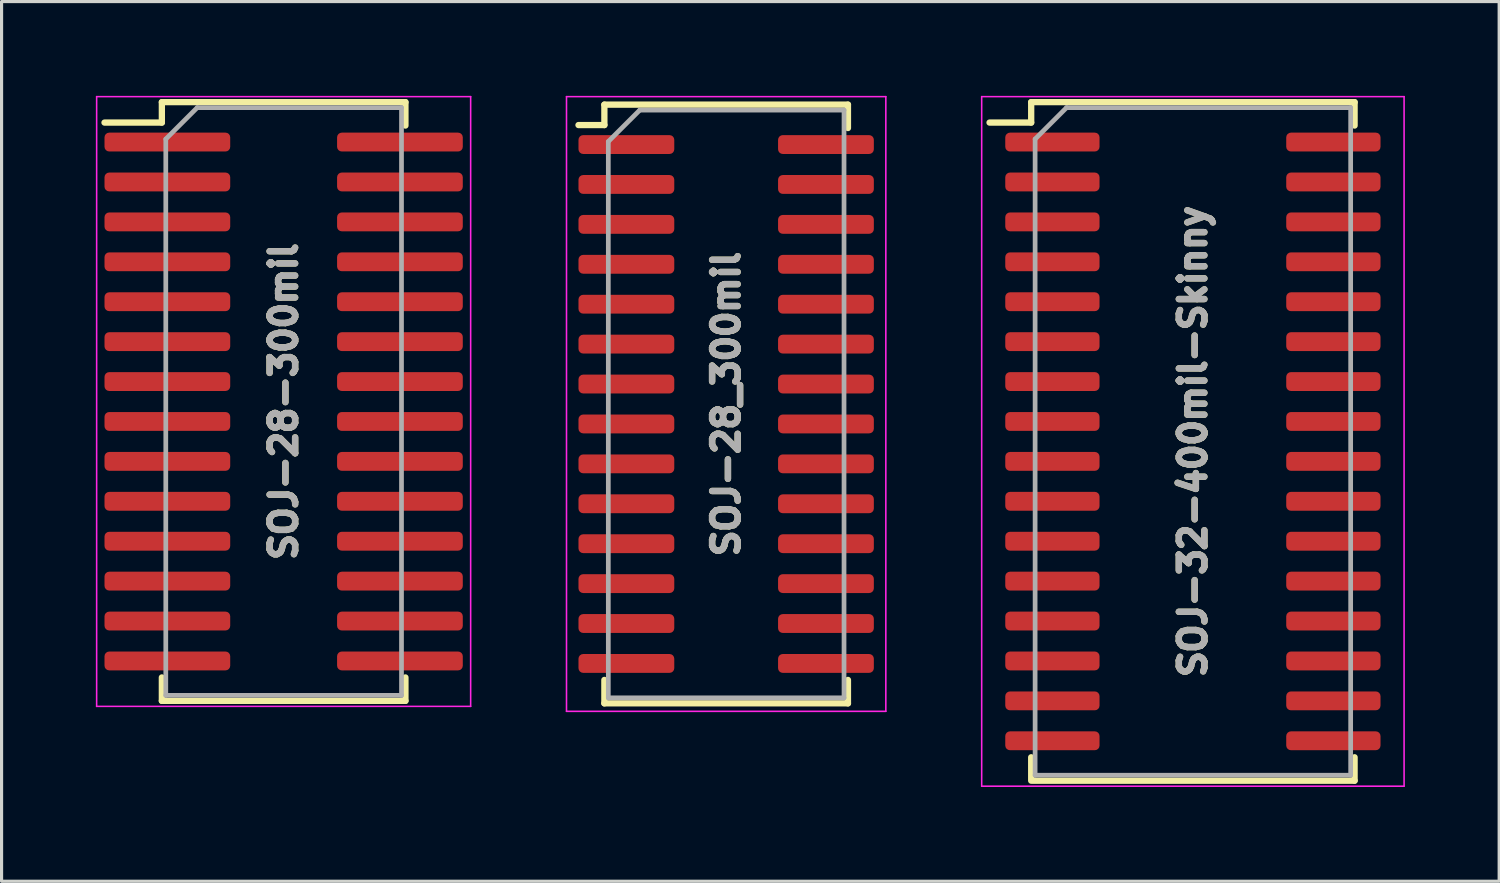
<source format=kicad_pcb>
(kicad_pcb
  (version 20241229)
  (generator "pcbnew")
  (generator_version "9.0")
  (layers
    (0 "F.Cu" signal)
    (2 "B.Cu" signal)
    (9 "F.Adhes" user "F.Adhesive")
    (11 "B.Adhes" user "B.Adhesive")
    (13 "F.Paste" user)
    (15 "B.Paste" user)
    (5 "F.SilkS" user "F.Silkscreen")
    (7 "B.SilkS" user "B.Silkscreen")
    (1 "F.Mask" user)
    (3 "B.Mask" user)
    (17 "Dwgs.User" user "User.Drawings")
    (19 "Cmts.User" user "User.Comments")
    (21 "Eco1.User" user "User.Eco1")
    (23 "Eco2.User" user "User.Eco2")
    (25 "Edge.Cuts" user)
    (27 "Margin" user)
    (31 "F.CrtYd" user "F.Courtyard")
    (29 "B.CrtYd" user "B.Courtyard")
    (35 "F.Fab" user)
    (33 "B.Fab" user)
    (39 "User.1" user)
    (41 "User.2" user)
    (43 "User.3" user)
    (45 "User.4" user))
  (footprint "SOJ-32-400mil-Skinny"
    (layer "F.Cu")
    (at 34.905 10.995)
    (property "Reference" "SOJ-32-400mil-Skinny" (at 0 0 90) (layer "F.Fab") (effects (font (size 0.813 0.813) (thickness 0.203))))
    (attr smd)
    (fp_line (start -5.145 -10.795) (end -5.145 -10.145) (stroke (width 0.2) (type solid)) (layer "F.SilkS"))
    (fp_line (start -5.145 -10.795) (end 5.145 -10.795) (stroke (width 0.2) (type solid)) (layer "F.SilkS"))
    (fp_line (start -5.145 -10.145) (end -6.47 -10.145) (stroke (width 0.2) (type solid)) (layer "F.SilkS"))
    (fp_line (start -5.145 10.795) (end -5.145 10.05) (stroke (width 0.2) (type solid)) (layer "F.SilkS"))
    (fp_line (start -5.08 10.795) (end 5.145 10.795) (stroke (width 0.2) (type solid)) (layer "F.SilkS"))
    (fp_line (start 5.145 -10.795) (end 5.145 -10.05) (stroke (width 0.2) (type solid)) (layer "F.SilkS"))
    (fp_line (start 5.145 10.795) (end 5.145 10.05) (stroke (width 0.2) (type solid)) (layer "F.SilkS"))
    (fp_line (start -6.72 -10.97) (end -6.72 10.97) (stroke (width 0.05) (type solid)) (layer "F.CrtYd"))
    (fp_line (start -6.72 -10.97) (end 6.72 -10.97) (stroke (width 0.05) (type solid)) (layer "F.CrtYd"))
    (fp_line (start -6.72 10.97) (end 6.72 10.97) (stroke (width 0.05) (type solid)) (layer "F.CrtYd"))
    (fp_line (start 6.72 -10.97) (end 6.72 10.97) (stroke (width 0.05) (type solid)) (layer "F.CrtYd"))
    (fp_line (start -5.02 -9.62) (end -5.02 10.62) (stroke (width 0.15) (type solid)) (layer "F.Fab"))
    (fp_line (start -5.02 -9.62) (end -4.02 -10.62) (stroke (width 0.15) (type solid)) (layer "F.Fab"))
    (fp_line (start -4.02 -10.62) (end 5.02 -10.62) (stroke (width 0.15) (type solid)) (layer "F.Fab"))
    (fp_line (start 5.02 -10.62) (end 5.02 10.62) (stroke (width 0.15) (type solid)) (layer "F.Fab"))
    (fp_line (start 5.02 10.62) (end -5.02 10.62) (stroke (width 0.15) (type solid)) (layer "F.Fab"))
    (fp_text user "${REFERENCE}" (at 0 0 90) (layer "F.SilkS") (effects (font (size 0.813 0.813) (thickness 0.203))))
    (pad "1" smd roundrect (at -4.47 -9.525) (size 3 0.6) (layers "F.Cu" "F.Mask" "F.Paste") (roundrect_rratio 0.25))
    (pad "2" smd roundrect (at -4.47 -8.255) (size 3 0.6) (layers "F.Cu" "F.Mask" "F.Paste") (roundrect_rratio 0.25))
    (pad "3" smd roundrect (at -4.47 -6.985) (size 3 0.6) (layers "F.Cu" "F.Mask" "F.Paste") (roundrect_rratio 0.25))
    (pad "4" smd roundrect (at -4.47 -5.715) (size 3 0.6) (layers "F.Cu" "F.Mask" "F.Paste") (roundrect_rratio 0.25))
    (pad "5" smd roundrect (at -4.47 -4.445) (size 3 0.6) (layers "F.Cu" "F.Mask" "F.Paste") (roundrect_rratio 0.25))
    (pad "6" smd roundrect (at -4.47 -3.175) (size 3 0.6) (layers "F.Cu" "F.Mask" "F.Paste") (roundrect_rratio 0.25))
    (pad "7" smd roundrect (at -4.47 -1.905) (size 3 0.6) (layers "F.Cu" "F.Mask" "F.Paste") (roundrect_rratio 0.25))
    (pad "8" smd roundrect (at -4.47 -0.635) (size 3 0.6) (layers "F.Cu" "F.Mask" "F.Paste") (roundrect_rratio 0.25))
    (pad "9" smd roundrect (at -4.47 0.635) (size 3 0.6) (layers "F.Cu" "F.Mask" "F.Paste") (roundrect_rratio 0.25))
    (pad "10" smd roundrect (at -4.47 1.905) (size 3 0.6) (layers "F.Cu" "F.Mask" "F.Paste") (roundrect_rratio 0.25))
    (pad "11" smd roundrect (at -4.47 3.175) (size 3 0.6) (layers "F.Cu" "F.Mask" "F.Paste") (roundrect_rratio 0.25))
    (pad "12" smd roundrect (at -4.47 4.445) (size 3 0.6) (layers "F.Cu" "F.Mask" "F.Paste") (roundrect_rratio 0.25))
    (pad "13" smd roundrect (at -4.47 5.715) (size 3 0.6) (layers "F.Cu" "F.Mask" "F.Paste") (roundrect_rratio 0.25))
    (pad "14" smd roundrect (at -4.47 6.985) (size 3 0.6) (layers "F.Cu" "F.Mask" "F.Paste") (roundrect_rratio 0.25))
    (pad "15" smd roundrect (at -4.47 8.255) (size 3 0.6) (layers "F.Cu" "F.Mask" "F.Paste") (roundrect_rratio 0.25))
    (pad "16" smd roundrect (at -4.47 9.525) (size 3 0.6) (layers "F.Cu" "F.Mask" "F.Paste") (roundrect_rratio 0.25))
    (pad "17" smd roundrect (at 4.47 9.525 180) (size 3 0.6) (layers "F.Cu" "F.Mask" "F.Paste") (roundrect_rratio 0.25))
    (pad "18" smd roundrect (at 4.47 8.255 180) (size 3 0.6) (layers "F.Cu" "F.Mask" "F.Paste") (roundrect_rratio 0.25))
    (pad "19" smd roundrect (at 4.47 6.985 180) (size 3 0.6) (layers "F.Cu" "F.Mask" "F.Paste") (roundrect_rratio 0.25))
    (pad "20" smd roundrect (at 4.47 5.715 180) (size 3 0.6) (layers "F.Cu" "F.Mask" "F.Paste") (roundrect_rratio 0.25))
    (pad "21" smd roundrect (at 4.47 4.445) (size 3 0.6) (layers "F.Cu" "F.Mask" "F.Paste") (roundrect_rratio 0.25))
    (pad "22" smd roundrect (at 4.47 3.175) (size 3 0.6) (layers "F.Cu" "F.Mask" "F.Paste") (roundrect_rratio 0.25))
    (pad "23" smd roundrect (at 4.47 1.905) (size 3 0.6) (layers "F.Cu" "F.Mask" "F.Paste") (roundrect_rratio 0.25))
    (pad "24" smd roundrect (at 4.47 0.635) (size 3 0.6) (layers "F.Cu" "F.Mask" "F.Paste") (roundrect_rratio 0.25))
    (pad "25" smd roundrect (at 4.47 -0.635) (size 3 0.6) (layers "F.Cu" "F.Mask" "F.Paste") (roundrect_rratio 0.25))
    (pad "26" smd roundrect (at 4.47 -1.905) (size 3 0.6) (layers "F.Cu" "F.Mask" "F.Paste") (roundrect_rratio 0.25))
    (pad "27" smd roundrect (at 4.47 -3.175) (size 3 0.6) (layers "F.Cu" "F.Mask" "F.Paste") (roundrect_rratio 0.25))
    (pad "28" smd roundrect (at 4.47 -4.445) (size 3 0.6) (layers "F.Cu" "F.Mask" "F.Paste") (roundrect_rratio 0.25))
    (pad "29" smd roundrect (at 4.47 -5.715) (size 3 0.6) (layers "F.Cu" "F.Mask" "F.Paste") (roundrect_rratio 0.25))
    (pad "30" smd roundrect (at 4.47 -6.985) (size 3 0.6) (layers "F.Cu" "F.Mask" "F.Paste") (roundrect_rratio 0.25))
    (pad "31" smd roundrect (at 4.47 -8.255) (size 3 0.6) (layers "F.Cu" "F.Mask" "F.Paste") (roundrect_rratio 0.25))
    (pad "32" smd roundrect (at 4.47 -9.525) (size 3 0.6) (layers "F.Cu" "F.Mask" "F.Paste") (roundrect_rratio 0.25)))
  (footprint "SOJ-28_300mil"
    (layer "F.Cu")
    (at 20.055 9.804)
    (property "Reference" "SOJ-28_300mil" (at 0 0 90) (layer "F.Fab") (effects (font (size 0.813 0.813) (thickness 0.203))))
    (attr smd)
    (fp_line (start -3.875 -9.525) (end -3.875 -8.875) (stroke (width 0.2) (type solid)) (layer "F.SilkS"))
    (fp_line (start -3.875 -9.525) (end 3.875 -9.525) (stroke (width 0.2) (type solid)) (layer "F.SilkS"))
    (fp_line (start -3.875 -8.875) (end -4.699 -8.875) (stroke (width 0.2) (type solid)) (layer "F.SilkS"))
    (fp_line (start -3.875 9.525) (end -3.875 8.78) (stroke (width 0.2) (type solid)) (layer "F.SilkS"))
    (fp_line (start -3.875 9.525) (end 3.875 9.525) (stroke (width 0.2) (type solid)) (layer "F.SilkS"))
    (fp_line (start 3.875 -9.525) (end 3.875 -8.78) (stroke (width 0.2) (type solid)) (layer "F.SilkS"))
    (fp_line (start 3.875 9.525) (end 3.875 8.78) (stroke (width 0.2) (type solid)) (layer "F.SilkS"))
    (fp_line (start -5.08 -9.779) (end -5.08 9.779) (stroke (width 0.05) (type solid)) (layer "F.CrtYd"))
    (fp_line (start -5.08 -9.779) (end 5.08 -9.779) (stroke (width 0.05) (type solid)) (layer "F.CrtYd"))
    (fp_line (start -5.08 9.779) (end 5.08 9.779) (stroke (width 0.05) (type solid)) (layer "F.CrtYd"))
    (fp_line (start 5.08 -9.779) (end 5.08 9.779) (stroke (width 0.05) (type solid)) (layer "F.CrtYd"))
    (fp_line (start -3.75 -8.35) (end -2.75 -9.35) (stroke (width 0.15) (type solid)) (layer "F.Fab"))
    (fp_line (start -3.75 9.35) (end -3.75 -8.35) (stroke (width 0.15) (type solid)) (layer "F.Fab"))
    (fp_line (start -2.75 -9.35) (end 3.75 -9.35) (stroke (width 0.15) (type solid)) (layer "F.Fab"))
    (fp_line (start 3.75 -9.35) (end 3.75 9.35) (stroke (width 0.15) (type solid)) (layer "F.Fab"))
    (fp_line (start 3.75 9.35) (end -3.75 9.35) (stroke (width 0.15) (type solid)) (layer "F.Fab"))
    (fp_text user "${REFERENCE}" (at 0 0 90) (layer "F.SilkS") (effects (font (size 0.813 0.813) (thickness 0.203))))
    (pad "1" smd roundrect (at -3.175 -8.255) (size 3.048 0.6) (layers "F.Cu" "F.Mask" "F.Paste") (roundrect_rratio 0.25))
    (pad "2" smd roundrect (at -3.175 -6.985) (size 3.048 0.6) (layers "F.Cu" "F.Mask" "F.Paste") (roundrect_rratio 0.25))
    (pad "3" smd roundrect (at -3.175 -5.715) (size 3.048 0.6) (layers "F.Cu" "F.Mask" "F.Paste") (roundrect_rratio 0.25))
    (pad "4" smd roundrect (at -3.175 -4.445) (size 3.048 0.6) (layers "F.Cu" "F.Mask" "F.Paste") (roundrect_rratio 0.25))
    (pad "5" smd roundrect (at -3.175 -3.175) (size 3.048 0.6) (layers "F.Cu" "F.Mask" "F.Paste") (roundrect_rratio 0.25))
    (pad "6" smd roundrect (at -3.175 -1.905) (size 3.048 0.6) (layers "F.Cu" "F.Mask" "F.Paste") (roundrect_rratio 0.25))
    (pad "7" smd roundrect (at -3.175 -0.635) (size 3.048 0.6) (layers "F.Cu" "F.Mask" "F.Paste") (roundrect_rratio 0.25))
    (pad "8" smd roundrect (at -3.175 0.635) (size 3.048 0.6) (layers "F.Cu" "F.Mask" "F.Paste") (roundrect_rratio 0.25))
    (pad "9" smd roundrect (at -3.175 1.905) (size 3.048 0.6) (layers "F.Cu" "F.Mask" "F.Paste") (roundrect_rratio 0.25))
    (pad "10" smd roundrect (at -3.175 3.175) (size 3.048 0.6) (layers "F.Cu" "F.Mask" "F.Paste") (roundrect_rratio 0.25))
    (pad "11" smd roundrect (at -3.175 4.445) (size 3.048 0.6) (layers "F.Cu" "F.Mask" "F.Paste") (roundrect_rratio 0.25))
    (pad "12" smd roundrect (at -3.175 5.715) (size 3.048 0.6) (layers "F.Cu" "F.Mask" "F.Paste") (roundrect_rratio 0.25))
    (pad "13" smd roundrect (at -3.175 6.985) (size 3.048 0.6) (layers "F.Cu" "F.Mask" "F.Paste") (roundrect_rratio 0.25))
    (pad "14" smd roundrect (at -3.175 8.255) (size 3.048 0.6) (layers "F.Cu" "F.Mask" "F.Paste") (roundrect_rratio 0.25))
    (pad "15" smd roundrect (at 3.175 8.255) (size 3.048 0.6) (layers "F.Cu" "F.Mask" "F.Paste") (roundrect_rratio 0.25))
    (pad "16" smd roundrect (at 3.175 6.985) (size 3.048 0.6) (layers "F.Cu" "F.Mask" "F.Paste") (roundrect_rratio 0.25))
    (pad "17" smd roundrect (at 3.175 5.715) (size 3.048 0.6) (layers "F.Cu" "F.Mask" "F.Paste") (roundrect_rratio 0.25))
    (pad "18" smd roundrect (at 3.175 4.445) (size 3.048 0.6) (layers "F.Cu" "F.Mask" "F.Paste") (roundrect_rratio 0.25))
    (pad "19" smd roundrect (at 3.175 3.175) (size 3.048 0.6) (layers "F.Cu" "F.Mask" "F.Paste") (roundrect_rratio 0.25))
    (pad "20" smd roundrect (at 3.175 1.905) (size 3.048 0.6) (layers "F.Cu" "F.Mask" "F.Paste") (roundrect_rratio 0.25))
    (pad "21" smd roundrect (at 3.175 0.635) (size 3.048 0.6) (layers "F.Cu" "F.Mask" "F.Paste") (roundrect_rratio 0.25))
    (pad "22" smd roundrect (at 3.175 -0.635) (size 3.048 0.6) (layers "F.Cu" "F.Mask" "F.Paste") (roundrect_rratio 0.25))
    (pad "23" smd roundrect (at 3.175 -1.905) (size 3.048 0.6) (layers "F.Cu" "F.Mask" "F.Paste") (roundrect_rratio 0.25))
    (pad "24" smd roundrect (at 3.175 -3.175) (size 3.048 0.6) (layers "F.Cu" "F.Mask" "F.Paste") (roundrect_rratio 0.25))
    (pad "25" smd roundrect (at 3.175 -4.445) (size 3.048 0.6) (layers "F.Cu" "F.Mask" "F.Paste") (roundrect_rratio 0.25))
    (pad "26" smd roundrect (at 3.175 -5.715) (size 3.048 0.6) (layers "F.Cu" "F.Mask" "F.Paste") (roundrect_rratio 0.25))
    (pad "27" smd roundrect (at 3.175 -6.985) (size 3.048 0.6) (layers "F.Cu" "F.Mask" "F.Paste") (roundrect_rratio 0.25))
    (pad "28" smd roundrect (at 3.175 -8.255) (size 3.048 0.6) (layers "F.Cu" "F.Mask" "F.Paste") (roundrect_rratio 0.25)))
  (footprint "SOJ-28-300mil"
    (layer "F.Cu")
    (at 5.975 9.725)
    (property "Reference" "SOJ-28-300mil" (at 0 0 90) (layer "F.Fab") (effects (font (size 0.813 0.813) (thickness 0.203))))
    (attr smd)
    (fp_line (start -3.875 -9.525) (end -3.875 -8.875) (stroke (width 0.2) (type solid)) (layer "F.SilkS"))
    (fp_line (start -3.875 -9.525) (end 3.875 -9.525) (stroke (width 0.2) (type solid)) (layer "F.SilkS"))
    (fp_line (start -3.875 -8.875) (end -5.7 -8.875) (stroke (width 0.2) (type solid)) (layer "F.SilkS"))
    (fp_line (start -3.875 9.525) (end -3.875 8.78) (stroke (width 0.2) (type solid)) (layer "F.SilkS"))
    (fp_line (start -3.875 9.525) (end 3.875 9.525) (stroke (width 0.2) (type solid)) (layer "F.SilkS"))
    (fp_line (start 3.875 -9.525) (end 3.875 -8.78) (stroke (width 0.2) (type solid)) (layer "F.SilkS"))
    (fp_line (start 3.875 9.525) (end 3.875 8.78) (stroke (width 0.2) (type solid)) (layer "F.SilkS"))
    (fp_line (start -5.95 -9.7) (end -5.95 9.7) (stroke (width 0.05) (type solid)) (layer "F.CrtYd"))
    (fp_line (start -5.95 -9.7) (end 5.95 -9.7) (stroke (width 0.05) (type solid)) (layer "F.CrtYd"))
    (fp_line (start -5.95 9.7) (end 5.95 9.7) (stroke (width 0.05) (type solid)) (layer "F.CrtYd"))
    (fp_line (start 5.95 -9.7) (end 5.95 9.7) (stroke (width 0.05) (type solid)) (layer "F.CrtYd"))
    (fp_line (start -3.75 -8.35) (end -2.75 -9.35) (stroke (width 0.15) (type solid)) (layer "F.Fab"))
    (fp_line (start -3.75 9.35) (end -3.75 -8.35) (stroke (width 0.15) (type solid)) (layer "F.Fab"))
    (fp_line (start -2.75 -9.35) (end 3.75 -9.35) (stroke (width 0.15) (type solid)) (layer "F.Fab"))
    (fp_line (start 3.75 -9.35) (end 3.75 9.35) (stroke (width 0.15) (type solid)) (layer "F.Fab"))
    (fp_line (start 3.75 9.35) (end -3.75 9.35) (stroke (width 0.15) (type solid)) (layer "F.Fab"))
    (fp_text user "${REFERENCE}" (at 0 0 90) (layer "F.SilkS") (effects (font (size 0.813 0.813) (thickness 0.203))))
    (pad "1" smd roundrect (at -3.7 -8.255) (size 4 0.6) (layers "F.Cu" "F.Mask" "F.Paste") (roundrect_rratio 0.25))
    (pad "2" smd roundrect (at -3.7 -6.985) (size 4 0.6) (layers "F.Cu" "F.Mask" "F.Paste") (roundrect_rratio 0.25))
    (pad "3" smd roundrect (at -3.7 -5.715) (size 4 0.6) (layers "F.Cu" "F.Mask" "F.Paste") (roundrect_rratio 0.25))
    (pad "4" smd roundrect (at -3.7 -4.445) (size 4 0.6) (layers "F.Cu" "F.Mask" "F.Paste") (roundrect_rratio 0.25))
    (pad "5" smd roundrect (at -3.7 -3.175) (size 4 0.6) (layers "F.Cu" "F.Mask" "F.Paste") (roundrect_rratio 0.25))
    (pad "6" smd roundrect (at -3.7 -1.905) (size 4 0.6) (layers "F.Cu" "F.Mask" "F.Paste") (roundrect_rratio 0.25))
    (pad "7" smd roundrect (at -3.7 -0.635) (size 4 0.6) (layers "F.Cu" "F.Mask" "F.Paste") (roundrect_rratio 0.25))
    (pad "8" smd roundrect (at -3.7 0.635) (size 4 0.6) (layers "F.Cu" "F.Mask" "F.Paste") (roundrect_rratio 0.25))
    (pad "9" smd roundrect (at -3.7 1.905) (size 4 0.6) (layers "F.Cu" "F.Mask" "F.Paste") (roundrect_rratio 0.25))
    (pad "10" smd roundrect (at -3.7 3.175) (size 4 0.6) (layers "F.Cu" "F.Mask" "F.Paste") (roundrect_rratio 0.25))
    (pad "11" smd roundrect (at -3.7 4.445) (size 4 0.6) (layers "F.Cu" "F.Mask" "F.Paste") (roundrect_rratio 0.25))
    (pad "12" smd roundrect (at -3.7 5.715) (size 4 0.6) (layers "F.Cu" "F.Mask" "F.Paste") (roundrect_rratio 0.25))
    (pad "13" smd roundrect (at -3.7 6.985) (size 4 0.6) (layers "F.Cu" "F.Mask" "F.Paste") (roundrect_rratio 0.25))
    (pad "14" smd roundrect (at -3.7 8.255) (size 4 0.6) (layers "F.Cu" "F.Mask" "F.Paste") (roundrect_rratio 0.25))
    (pad "15" smd roundrect (at 3.7 8.255) (size 4 0.6) (layers "F.Cu" "F.Mask" "F.Paste") (roundrect_rratio 0.25))
    (pad "16" smd roundrect (at 3.7 6.985) (size 4 0.6) (layers "F.Cu" "F.Mask" "F.Paste") (roundrect_rratio 0.25))
    (pad "17" smd roundrect (at 3.7 5.715) (size 4 0.6) (layers "F.Cu" "F.Mask" "F.Paste") (roundrect_rratio 0.25))
    (pad "18" smd roundrect (at 3.7 4.445) (size 4 0.6) (layers "F.Cu" "F.Mask" "F.Paste") (roundrect_rratio 0.25))
    (pad "19" smd roundrect (at 3.7 3.175) (size 4 0.6) (layers "F.Cu" "F.Mask" "F.Paste") (roundrect_rratio 0.25))
    (pad "20" smd roundrect (at 3.7 1.905) (size 4 0.6) (layers "F.Cu" "F.Mask" "F.Paste") (roundrect_rratio 0.25))
    (pad "21" smd roundrect (at 3.7 0.635) (size 4 0.6) (layers "F.Cu" "F.Mask" "F.Paste") (roundrect_rratio 0.25))
    (pad "22" smd roundrect (at 3.7 -0.635) (size 4 0.6) (layers "F.Cu" "F.Mask" "F.Paste") (roundrect_rratio 0.25))
    (pad "23" smd roundrect (at 3.7 -1.905) (size 4 0.6) (layers "F.Cu" "F.Mask" "F.Paste") (roundrect_rratio 0.25))
    (pad "24" smd roundrect (at 3.7 -3.175) (size 4 0.6) (layers "F.Cu" "F.Mask" "F.Paste") (roundrect_rratio 0.25))
    (pad "25" smd roundrect (at 3.7 -4.445) (size 4 0.6) (layers "F.Cu" "F.Mask" "F.Paste") (roundrect_rratio 0.25))
    (pad "26" smd roundrect (at 3.7 -5.715) (size 4 0.6) (layers "F.Cu" "F.Mask" "F.Paste") (roundrect_rratio 0.25))
    (pad "27" smd roundrect (at 3.7 -6.985) (size 4 0.6) (layers "F.Cu" "F.Mask" "F.Paste") (roundrect_rratio 0.25))
    (pad "28" smd roundrect (at 3.7 -8.255) (size 4 0.6) (layers "F.Cu" "F.Mask" "F.Paste") (roundrect_rratio 0.25)))
  (gr_rect
    (start -3 -3)
    (end 44.65 24.99)
    (stroke (width 0.1) (type default))
    (fill no)
    (layer "Edge.Cuts")))
</source>
